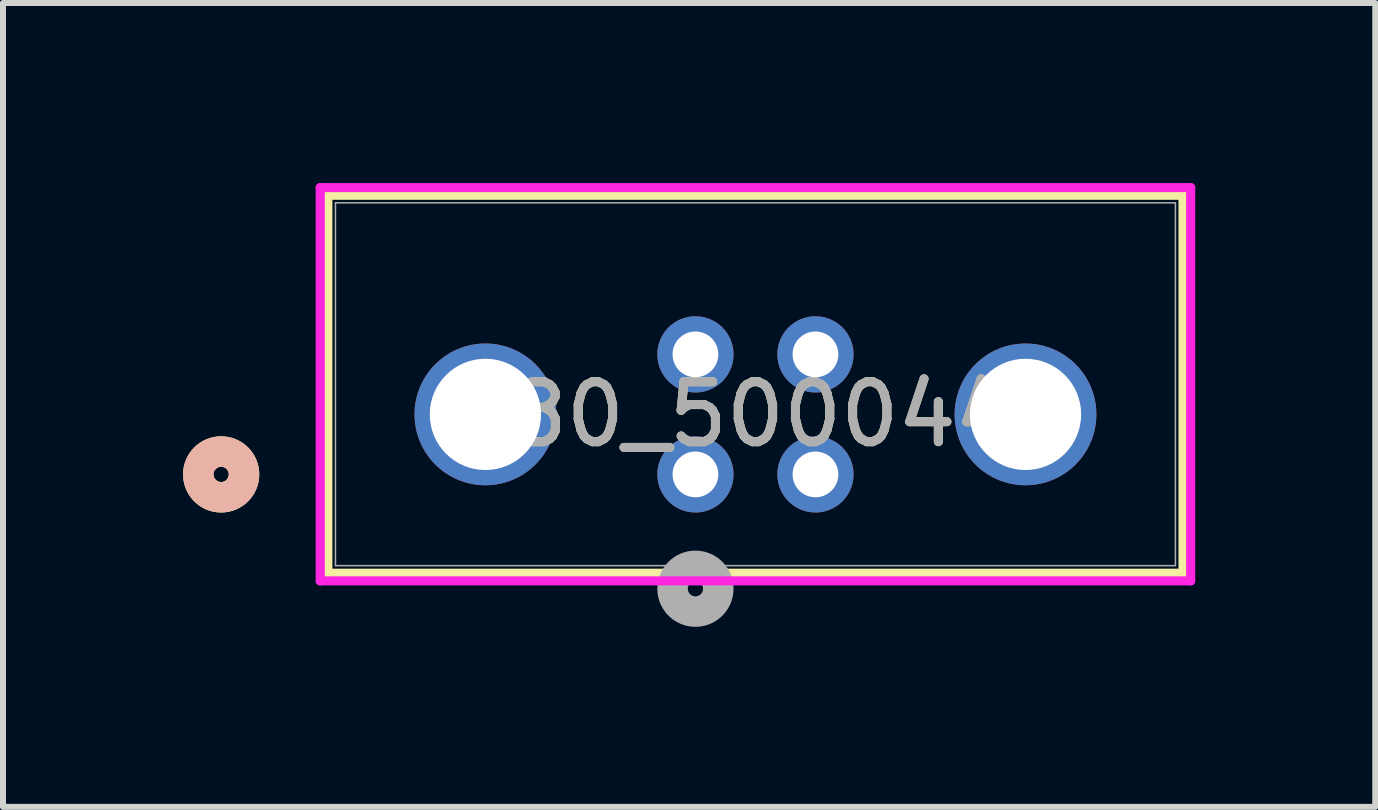
<source format=kicad_pcb>
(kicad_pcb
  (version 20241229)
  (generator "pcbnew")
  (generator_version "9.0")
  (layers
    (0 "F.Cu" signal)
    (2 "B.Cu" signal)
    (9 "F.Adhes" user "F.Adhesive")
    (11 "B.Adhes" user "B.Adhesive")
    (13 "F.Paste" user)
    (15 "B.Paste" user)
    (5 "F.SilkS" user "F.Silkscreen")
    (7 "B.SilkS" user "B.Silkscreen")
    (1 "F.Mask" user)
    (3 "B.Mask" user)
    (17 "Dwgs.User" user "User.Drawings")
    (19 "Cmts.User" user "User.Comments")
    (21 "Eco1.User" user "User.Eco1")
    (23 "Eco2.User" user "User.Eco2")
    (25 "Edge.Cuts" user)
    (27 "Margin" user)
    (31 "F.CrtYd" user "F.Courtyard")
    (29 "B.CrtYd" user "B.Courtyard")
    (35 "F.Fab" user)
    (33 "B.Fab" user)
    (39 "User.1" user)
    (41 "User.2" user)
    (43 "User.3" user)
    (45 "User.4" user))
  (footprint "M80_5000442"
    (layer "F.Cu")
    (at 8.538 4.855)
    (property "Reference" "M80_5000442" (at 1 -1 0) (unlocked yes) (layer "F.SilkS") (effects (font (size 1 1) (thickness 0.15))))
    (attr through_hole)
    (fp_line (start -6.125 -4.652) (end -6.125 1.647) (stroke (width 0.152) (type solid)) (layer "F.SilkS"))
    (fp_line (start -6.125 1.647) (end 8.125 1.647) (stroke (width 0.152) (type solid)) (layer "F.SilkS"))
    (fp_line (start 8.125 -4.652) (end -6.125 -4.652) (stroke (width 0.152) (type solid)) (layer "F.SilkS"))
    (fp_line (start 8.125 1.647) (end 8.125 -4.652) (stroke (width 0.152) (type solid)) (layer "F.SilkS"))
    (fp_circle (center -7.903 0) (end -7.522 0) (stroke (width 0.508) (type solid)) (fill no) (layer "F.SilkS"))
    (fp_circle (center -7.903 0) (end -7.522 0) (stroke (width 0.508) (type solid)) (fill no) (layer "B.SilkS"))
    (fp_line (start -6.252 -4.779) (end -6.252 1.774) (stroke (width 0.152) (type solid)) (layer "F.CrtYd"))
    (fp_line (start -6.252 1.774) (end 8.252 1.774) (stroke (width 0.152) (type solid)) (layer "F.CrtYd"))
    (fp_line (start 8.252 -4.779) (end -6.252 -4.779) (stroke (width 0.152) (type solid)) (layer "F.CrtYd"))
    (fp_line (start 8.252 1.774) (end 8.252 -4.779) (stroke (width 0.152) (type solid)) (layer "F.CrtYd"))
    (fp_line (start -5.998 -4.525) (end -5.998 1.52) (stroke (width 0.025) (type solid)) (layer "F.Fab"))
    (fp_line (start -5.998 1.52) (end 7.998 1.52) (stroke (width 0.025) (type solid)) (layer "F.Fab"))
    (fp_line (start 7.998 -4.525) (end -5.998 -4.525) (stroke (width 0.025) (type solid)) (layer "F.Fab"))
    (fp_line (start 7.998 1.52) (end 7.998 -4.525) (stroke (width 0.025) (type solid)) (layer "F.Fab"))
    (fp_circle (center 0 1.905) (end 0.381 1.905) (stroke (width 0.508) (type solid)) (fill no) (layer "F.Fab"))
    (fp_text user "${REFERENCE}" (at 1 -1 0) (unlocked yes) (layer "F.Fab") (effects (font (size 1 1) (thickness 0.15))))
    (pad "1" thru_hole circle (at 0 0) (size 1.27 1.27) (drill 0.762) (layers "*.Cu" "*.Mask"))
    (pad "2" thru_hole circle (at 2 0) (size 1.27 1.27) (drill 0.762) (layers "*.Cu" "*.Mask"))
    (pad "3" thru_hole circle (at 0 -2) (size 1.27 1.27) (drill 0.762) (layers "*.Cu" "*.Mask"))
    (pad "4" thru_hole circle (at 2 -2) (size 1.27 1.27) (drill 0.762) (layers "*.Cu" "*.Mask"))
    (pad "5" thru_hole circle (at -3.5 -1 90) (size 2.362 2.362) (drill 1.854) (layers "*.Cu" "*.Mask"))
    (pad "6" thru_hole circle (at 5.5 -1 90) (size 2.362 2.362) (drill 1.854) (layers "*.Cu" "*.Mask")))
  (gr_rect
    (start -3 -3)
    (end 19.866 10.395)
    (stroke (width 0.1) (type default))
    (fill no)
    (layer "Edge.Cuts")))
</source>
